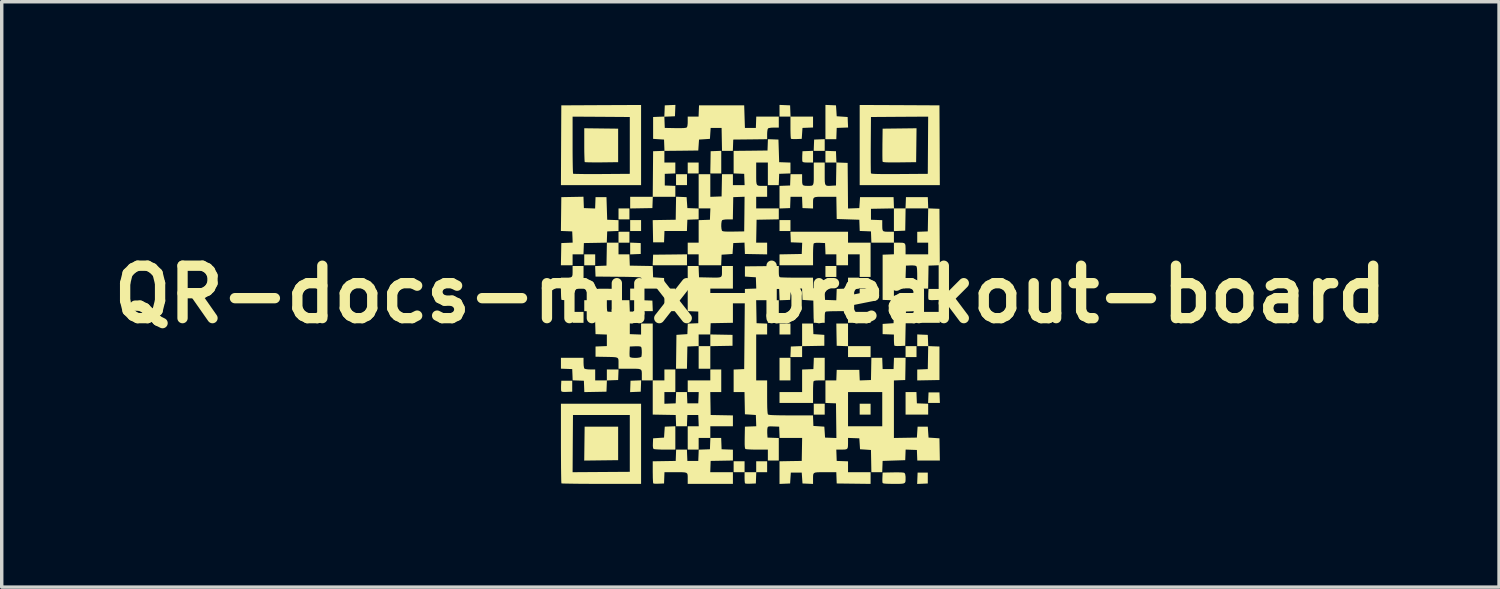
<source format=kicad_pcb>
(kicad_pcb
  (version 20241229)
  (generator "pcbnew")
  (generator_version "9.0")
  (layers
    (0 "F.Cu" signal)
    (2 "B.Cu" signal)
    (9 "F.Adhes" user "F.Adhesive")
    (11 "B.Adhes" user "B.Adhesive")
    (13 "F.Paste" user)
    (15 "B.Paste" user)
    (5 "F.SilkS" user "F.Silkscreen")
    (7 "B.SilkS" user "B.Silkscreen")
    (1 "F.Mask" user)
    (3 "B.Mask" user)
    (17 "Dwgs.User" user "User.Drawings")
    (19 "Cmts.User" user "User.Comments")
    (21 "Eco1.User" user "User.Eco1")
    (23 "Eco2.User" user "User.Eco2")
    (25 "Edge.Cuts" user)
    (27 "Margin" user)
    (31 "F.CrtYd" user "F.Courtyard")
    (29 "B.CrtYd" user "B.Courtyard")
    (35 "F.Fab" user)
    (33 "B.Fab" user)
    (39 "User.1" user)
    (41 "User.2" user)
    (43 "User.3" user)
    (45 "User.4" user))
  (footprint "QR-docs-mux-breakout-board"
    (layer "F.Cu")
    (at 18.767 5.51)
    (property "Reference" "QR-docs-mux-breakout-board" (at 0 0 0) (layer "F.SilkS") (effects (font (size 1.524 1.524) (thickness 0.3))))
    (attr board_only exclude_from_pos_files exclude_from_bom)
    (fp_poly (pts (xy -4.851 0.826) (xy -5.169 0.826) (xy -5.169 0.508) (xy -4.851 0.508)) (stroke (width 0) (type solid)) (fill yes) (layer "F.SilkS"))
    (fp_poly (pts (xy -4.512 -0.847) (xy -4.83 -0.847) (xy -4.83 -1.165) (xy -4.512 -1.165)) (stroke (width 0) (type solid)) (fill yes) (layer "F.SilkS"))
    (fp_poly (pts (xy -4.172 -1.504) (xy -4.175 -1.504) (xy -4.175 -1.505) (xy -4.172 -1.505)) (stroke (width 0) (type solid)) (fill yes) (layer "F.SilkS"))
    (fp_poly (pts (xy -3.517 -2.182) (xy -3.834 -2.182) (xy -3.834 -2.5) (xy -3.517 -2.5)) (stroke (width 0) (type solid)) (fill yes) (layer "F.SilkS"))
    (fp_poly (pts (xy -3.517 -1.504) (xy -3.834 -1.504) (xy -3.834 -1.822) (xy -3.517 -1.822)) (stroke (width 0) (type solid)) (fill yes) (layer "F.SilkS"))
    (fp_poly (pts (xy -3.178 -1.843) (xy -3.495 -1.843) (xy -3.495 -2.161) (xy -3.178 -2.161)) (stroke (width 0) (type solid)) (fill yes) (layer "F.SilkS"))
    (fp_poly (pts (xy -3.178 0.169) (xy -3.495 0.169) (xy -3.495 -0.169) (xy -3.178 -0.169)) (stroke (width 0) (type solid)) (fill yes) (layer "F.SilkS"))
    (fp_poly (pts (xy -1.843 -3.178) (xy -2.161 -3.178) (xy -2.161 -3.495) (xy -1.843 -3.495)) (stroke (width 0) (type solid)) (fill yes) (layer "F.SilkS"))
    (fp_poly (pts (xy -1.504 -3.517) (xy -1.822 -3.517) (xy -1.822 -3.834) (xy -1.504 -3.834)) (stroke (width 0) (type solid)) (fill yes) (layer "F.SilkS"))
    (fp_poly (pts (xy -0.169 5.169) (xy -0.487 5.169) (xy -0.487 4.851) (xy -0.169 4.851)) (stroke (width 0) (type solid)) (fill yes) (layer "F.SilkS"))
    (fp_poly (pts (xy 0.826 0.826) (xy 0.508 0.826) (xy 0.508 0.169) (xy 0.826 0.169)) (stroke (width 0) (type solid)) (fill yes) (layer "F.SilkS"))
    (fp_poly (pts (xy 1.165 -1.843) (xy 0.847 -1.843) (xy 0.847 -2.161) (xy 1.165 -2.161)) (stroke (width 0) (type solid)) (fill yes) (layer "F.SilkS"))
    (fp_poly (pts (xy 1.165 1.165) (xy 0.847 1.165) (xy 0.847 0.847) (xy 1.165 0.847)) (stroke (width 0) (type solid)) (fill yes) (layer "F.SilkS"))
    (fp_poly (pts (xy 1.165 2.5) (xy 0.847 2.5) (xy 0.847 1.843) (xy 1.165 1.843)) (stroke (width 0) (type solid)) (fill yes) (layer "F.SilkS"))
    (fp_poly (pts (xy 2.161 3.495) (xy 1.843 3.495) (xy 1.843 3.178) (xy 2.161 3.178)) (stroke (width 0) (type solid)) (fill yes) (layer "F.SilkS"))
    (fp_poly (pts (xy 2.5 -0.508) (xy 2.182 -0.508) (xy 2.182 -0.826) (xy 2.5 -0.826)) (stroke (width 0) (type solid)) (fill yes) (layer "F.SilkS"))
    (fp_poly (pts (xy 3.495 0.826) (xy 2.839 0.826) (xy 2.839 0.508) (xy 3.495 0.508)) (stroke (width 0) (type solid)) (fill yes) (layer "F.SilkS"))
    (fp_poly (pts (xy 3.495 3.495) (xy 3.178 3.495) (xy 3.178 3.178) (xy 3.495 3.178)) (stroke (width 0) (type solid)) (fill yes) (layer "F.SilkS"))
    (fp_poly (pts (xy 4.83 1.822) (xy 4.512 1.822) (xy 4.512 1.504) (xy 4.83 1.504)) (stroke (width 0) (type solid)) (fill yes) (layer "F.SilkS"))
    (fp_poly (pts (xy 5.508 0.826) (xy 4.851 0.826) (xy 4.851 0.508) (xy 5.508 0.508)) (stroke (width 0) (type solid)) (fill yes) (layer "F.SilkS"))
    (fp_poly (pts (xy 5.51 3.156) (xy 5.167 3.156) (xy 5.18 2.849) (xy 5.497 2.849)) (stroke (width 0) (type solid)) (fill yes) (layer "F.SilkS"))
    (fp_poly (pts (xy 5.158 5.497) (xy 5.004 5.504) (xy 4.849 5.51) (xy 4.862 5.18) (xy 5.158 5.18)) (stroke (width 0) (type solid)) (fill yes) (layer "F.SilkS"))
    (fp_poly (pts (xy -3.845 4.819) (xy -4.338 4.825) (xy -4.831 4.831) (xy -4.825 4.338) (xy -4.819 3.845) (xy -3.845 3.845)) (stroke (width 0) (type solid)) (fill yes) (layer "F.SilkS"))
    (fp_poly (pts (xy -3.342 -1.5) (xy -3.188 -1.493) (xy -3.188 -1.176) (xy -3.342 -1.17) (xy -3.495 -1.163) (xy -3.495 -1.506)) (stroke (width 0) (type solid)) (fill yes) (layer "F.SilkS"))
    (fp_poly (pts (xy -3.003 0.174) (xy -2.849 0.18) (xy -2.843 0.334) (xy -2.837 0.487) (xy -3.156 0.487) (xy -3.156 0.168)) (stroke (width 0) (type solid)) (fill yes) (layer "F.SilkS"))
    (fp_poly (pts (xy -1.843 -0.847) (xy -2.841 -0.847) (xy -2.834 -1.001) (xy -2.828 -1.155) (xy -2.336 -1.16) (xy -1.843 -1.166)) (stroke (width 0) (type solid)) (fill yes) (layer "F.SilkS"))
    (fp_poly (pts (xy -0.847 -3.517) (xy -1.166 -3.517) (xy -1.16 -3.84) (xy -1.155 -4.163) (xy -1.001 -4.169) (xy -0.847 -4.175)) (stroke (width 0) (type solid)) (fill yes) (layer "F.SilkS"))
    (fp_poly (pts (xy 2.161 -4.173) (xy 1.841 -4.173) (xy 1.847 -4.337) (xy 1.854 -4.502) (xy 2.007 -4.508) (xy 2.161 -4.514)) (stroke (width 0) (type solid)) (fill yes) (layer "F.SilkS"))
    (fp_poly (pts (xy -3.188 2.828) (xy -3.343 2.834) (xy -3.497 2.841) (xy -3.491 2.675) (xy -3.485 2.51) (xy -3.33 2.504) (xy -3.176 2.498)) (stroke (width 0) (type solid)) (fill yes) (layer "F.SilkS"))
    (fp_poly (pts (xy 4.834 3.003) (xy 4.841 3.167) (xy 5.005 3.173) (xy 5.169 3.179) (xy 5.169 3.495) (xy 4.512 3.495) (xy 4.512 2.839) (xy 4.828 2.839)) (stroke (width 0) (type solid)) (fill yes) (layer "F.SilkS"))
    (fp_poly (pts (xy 1.822 -3.834) (xy 1.673 -3.834) (xy 1.584 -3.837) (xy 1.532 -3.847) (xy 1.513 -3.863) (xy 1.508 -3.898) (xy 1.507 -3.961) (xy 1.508 -4.027) (xy 1.515 -4.163) (xy 1.822 -4.175)) (stroke (width 0) (type solid)) (fill yes) (layer "F.SilkS"))
    (fp_poly (pts (xy 2.839 1.504) (xy 3.495 1.504) (xy 3.495 1.822) (xy 2.839 1.822) (xy 2.839 1.506) (xy 2.675 1.5) (xy 2.51 1.493) (xy 2.504 1.17) (xy 2.499 0.847) (xy 2.839 0.847)) (stroke (width 0) (type solid)) (fill yes) (layer "F.SilkS"))
    (fp_poly (pts (xy -5.18 2.828) (xy -5.333 2.834) (xy -5.419 2.836) (xy -5.471 2.83) (xy -5.495 2.817) (xy -5.499 2.811) (xy -5.504 2.775) (xy -5.505 2.712) (xy -5.504 2.646) (xy -5.497 2.51) (xy -5.18 2.51)) (stroke (width 0) (type solid)) (fill yes) (layer "F.SilkS"))
    (fp_poly (pts (xy 5.497 0.159) (xy 5.343 0.165) (xy 5.257 0.166) (xy 5.206 0.161) (xy 5.181 0.148) (xy 5.178 0.142) (xy 5.173 0.106) (xy 5.172 0.043) (xy 5.173 -0.023) (xy 5.18 -0.159) (xy 5.497 -0.159)) (stroke (width 0) (type solid)) (fill yes) (layer "F.SilkS"))
    (fp_poly (pts (xy 2.489 -5.497) (xy 2.5 -5.338) (xy 2.51 -5.18) (xy 2.669 -5.169) (xy 2.828 -5.158) (xy 2.834 -5.006) (xy 2.841 -4.853) (xy 2.51 -4.841) (xy 2.504 -4.676) (xy 2.498 -4.512) (xy 2.182 -4.512) (xy 2.182 -5.51)) (stroke (width 0) (type solid)) (fill yes) (layer "F.SilkS"))
    (fp_poly (pts (xy 3.491 -0.005) (xy 3.485 0.159) (xy 3.346 0.165) (xy 3.273 0.166) (xy 3.217 0.163) (xy 3.193 0.156) (xy 3.185 0.129) (xy 3.18 0.071) (xy 3.178 -0.005) (xy 3.178 -0.014) (xy 3.178 -0.169) (xy 3.497 -0.169)) (stroke (width 0) (type solid)) (fill yes) (layer "F.SilkS"))
    (fp_poly (pts (xy 1.832 1.155) (xy 1.991 1.165) (xy 2.15 1.176) (xy 2.15 1.493) (xy 1.827 1.499) (xy 1.504 1.505) (xy 1.504 1.822) (xy 1.163 1.822) (xy 1.17 1.668) (xy 1.176 1.515) (xy 1.34 1.508) (xy 1.504 1.502) (xy 1.504 0.847) (xy 1.82 0.847)) (stroke (width 0) (type solid)) (fill yes) (layer "F.SilkS"))
    (fp_poly (pts (xy 5.005 1.17) (xy 5.158 1.176) (xy 5.165 1.339) (xy 5.171 1.502) (xy 5.334 1.509) (xy 5.497 1.515) (xy 5.497 2.489) (xy 4.851 2.501) (xy 4.851 2.184) (xy 5.005 2.178) (xy 5.158 2.171) (xy 5.17 1.504) (xy 4.851 1.504) (xy 4.851 1.163)) (stroke (width 0) (type solid)) (fill yes) (layer "F.SilkS"))
    (fp_poly (pts (xy -4.337 -4.825) (xy -3.845 -4.819) (xy -3.845 -3.845) (xy -4.323 -3.839) (xy -4.461 -3.838) (xy -4.585 -3.839) (xy -4.688 -3.84) (xy -4.765 -3.843) (xy -4.808 -3.846) (xy -4.816 -3.848) (xy -4.82 -3.873) (xy -4.823 -3.933) (xy -4.826 -4.024) (xy -4.829 -4.139) (xy -4.83 -4.271) (xy -4.83 -4.347) (xy -4.83 -4.831)) (stroke (width 0) (type solid)) (fill yes) (layer "F.SilkS"))
    (fp_poly (pts (xy -2.182 4.512) (xy -2.484 4.512) (xy -2.594 4.511) (xy -2.691 4.507) (xy -2.765 4.502) (xy -2.807 4.496) (xy -2.813 4.494) (xy -2.829 4.466) (xy -2.836 4.405) (xy -2.834 4.33) (xy -2.828 4.184) (xy -2.669 4.173) (xy -2.51 4.163) (xy -2.5 4.004) (xy -2.489 3.845) (xy -2.336 3.839) (xy -2.182 3.833)) (stroke (width 0) (type solid)) (fill yes) (layer "F.SilkS"))
    (fp_poly (pts (xy 0.487 5.169) (xy 0.171 5.169) (xy 0.165 5.333) (xy 0.159 5.497) (xy 0.01 5.503) (xy -0.066 5.505) (xy -0.125 5.502) (xy -0.154 5.495) (xy -0.155 5.495) (xy -0.162 5.468) (xy -0.167 5.41) (xy -0.169 5.334) (xy -0.169 5.324) (xy -0.169 5.169) (xy 0.169 5.169) (xy 0.169 4.851) (xy 0.487 4.851)) (stroke (width 0) (type solid)) (fill yes) (layer "F.SilkS"))
    (fp_poly (pts (xy -1.854 -2.828) (xy -1.843 -2.669) (xy -1.832 -2.51) (xy -1.668 -2.504) (xy -1.504 -2.498) (xy -1.504 -2.184) (xy -1.668 -2.178) (xy -1.832 -2.171) (xy -1.839 -2.007) (xy -1.845 -1.843) (xy -2.498 -1.843) (xy -2.504 -1.679) (xy -2.51 -1.515) (xy -2.828 -1.515) (xy -2.84 -2.16) (xy -2.171 -2.171) (xy -2.166 -2.506) (xy -2.16 -2.841)) (stroke (width 0) (type solid)) (fill yes) (layer "F.SilkS"))
    (fp_poly (pts (xy 4.825 -4.338) (xy 4.819 -3.845) (xy 4.337 -3.839) (xy 4.175 -3.838) (xy 4.05 -3.838) (xy 3.96 -3.84) (xy 3.898 -3.844) (xy 3.862 -3.85) (xy 3.845 -3.859) (xy 3.844 -3.861) (xy 3.841 -3.889) (xy 3.839 -3.954) (xy 3.838 -4.047) (xy 3.838 -4.164) (xy 3.839 -4.296) (xy 3.839 -4.354) (xy 3.845 -4.819) (xy 4.338 -4.825) (xy 4.831 -4.831)) (stroke (width 0) (type solid)) (fill yes) (layer "F.SilkS"))
    (fp_poly (pts (xy 2.161 2.5) (xy 2.004 2.5) (xy 1.919 2.502) (xy 1.867 2.509) (xy 1.841 2.523) (xy 1.835 2.533) (xy 1.83 2.566) (xy 1.826 2.632) (xy 1.823 2.723) (xy 1.822 2.83) (xy 1.822 2.862) (xy 1.822 3.156) (xy 0.847 3.156) (xy 0.847 2.839) (xy 1.504 2.839) (xy 1.504 2.184) (xy 1.832 2.171) (xy 1.839 2.007) (xy 1.845 1.843) (xy 2.161 1.843)) (stroke (width 0) (type solid)) (fill yes) (layer "F.SilkS"))
    (fp_poly (pts (xy 1.155 -5.497) (xy 1.161 -5.333) (xy 1.167 -5.169) (xy 1.822 -5.169) (xy 1.822 -4.853) (xy 1.668 -4.847) (xy 1.515 -4.841) (xy 1.504 -4.682) (xy 1.493 -4.523) (xy 1.344 -4.517) (xy 1.268 -4.516) (xy 1.21 -4.519) (xy 1.181 -4.525) (xy 1.18 -4.526) (xy 1.175 -4.551) (xy 1.17 -4.611) (xy 1.167 -4.698) (xy 1.165 -4.803) (xy 1.165 -4.855) (xy 1.165 -5.169) (xy 0.847 -5.169) (xy 0.847 -5.51)) (stroke (width 0) (type solid)) (fill yes) (layer "F.SilkS"))
    (fp_poly (pts (xy -4.851 -0.169) (xy -5.167 -0.169) (xy -5.173 -0.005) (xy -5.18 0.159) (xy -5.329 0.165) (xy -5.405 0.166) (xy -5.463 0.163) (xy -5.492 0.157) (xy -5.493 0.156) (xy -5.498 0.131) (xy -5.503 0.071) (xy -5.506 -0.016) (xy -5.508 -0.121) (xy -5.508 -0.173) (xy -5.508 -0.487) (xy -5.372 -0.487) (xy -5.278 -0.488) (xy -5.219 -0.497) (xy -5.186 -0.52) (xy -5.172 -0.564) (xy -5.169 -0.636) (xy -5.169 -0.67) (xy -5.169 -0.826) (xy -4.851 -0.826)) (stroke (width 0) (type solid)) (fill yes) (layer "F.SilkS"))
    (fp_poly (pts (xy 4.397 5.176) (xy 4.46 5.183) (xy 4.483 5.192) (xy 4.502 5.231) (xy 4.512 5.303) (xy 4.512 5.329) (xy 4.512 5.395) (xy 4.508 5.443) (xy 4.493 5.475) (xy 4.462 5.494) (xy 4.409 5.504) (xy 4.327 5.508) (xy 4.21 5.508) (xy 4.17 5.508) (xy 4.042 5.507) (xy 3.95 5.504) (xy 3.89 5.499) (xy 3.856 5.491) (xy 3.843 5.479) (xy 3.838 5.444) (xy 3.837 5.381) (xy 3.839 5.315) (xy 3.845 5.18) (xy 4.149 5.174) (xy 4.293 5.173)) (stroke (width 0) (type solid)) (fill yes) (layer "F.SilkS"))
    (fp_poly (pts (xy -4.851 1.987) (xy -4.847 2.069) (xy -4.837 2.13) (xy -4.826 2.157) (xy -4.791 2.17) (xy -4.725 2.179) (xy -4.656 2.182) (xy -4.512 2.182) (xy -4.512 2.5) (xy -4.173 2.5) (xy -4.173 2.182) (xy -3.833 2.182) (xy -3.845 2.489) (xy -4.008 2.495) (xy -4.172 2.502) (xy -4.178 2.665) (xy -4.184 2.828) (xy -4.828 2.84) (xy -4.834 2.675) (xy -4.841 2.51) (xy -5.004 2.504) (xy -5.167 2.498) (xy -5.173 2.335) (xy -5.18 2.171) (xy -5.344 2.165) (xy -5.508 2.159) (xy -5.508 1.843) (xy -4.851 1.843)) (stroke (width 0) (type solid)) (fill yes) (layer "F.SilkS"))
    (fp_poly (pts (xy -3.178 -3.178) (xy -5.508 -3.178) (xy -5.503 -4.337) (xy -5.499 -5.169) (xy -5.169 -5.169) (xy -5.169 -4.347) (xy -5.169 -4.164) (xy -5.168 -3.994) (xy -5.166 -3.843) (xy -5.164 -3.714) (xy -5.161 -3.613) (xy -5.158 -3.544) (xy -5.155 -3.511) (xy -5.155 -3.509) (xy -5.131 -3.506) (xy -5.07 -3.504) (xy -4.975 -3.502) (xy -4.852 -3.5) (xy -4.706 -3.5) (xy -4.541 -3.5) (xy -4.361 -3.5) (xy -4.323 -3.5) (xy -3.506 -3.506) (xy -3.506 -5.158) (xy -4.337 -5.164) (xy -5.169 -5.169) (xy -5.499 -5.169) (xy -5.497 -5.497) (xy -4.337 -5.503) (xy -3.178 -5.508)) (stroke (width 0) (type solid)) (fill yes) (layer "F.SilkS"))
    (fp_poly (pts (xy -3.178 5.508) (xy -4.329 5.508) (xy -4.546 5.508) (xy -4.75 5.507) (xy -4.937 5.506) (xy -5.104 5.504) (xy -5.246 5.502) (xy -5.36 5.5) (xy -5.441 5.498) (xy -5.486 5.495) (xy -5.494 5.494) (xy -5.496 5.471) (xy -5.499 5.409) (xy -5.501 5.313) (xy -5.503 5.186) (xy -5.503 5.169) (xy -5.169 5.169) (xy -3.506 5.158) (xy -3.506 3.506) (xy -5.158 3.506) (xy -5.164 4.338) (xy -5.169 5.169) (xy -5.503 5.169) (xy -5.505 5.032) (xy -5.506 4.856) (xy -5.507 4.66) (xy -5.508 4.45) (xy -5.508 4.329) (xy -5.508 3.178) (xy -3.178 3.178)) (stroke (width 0) (type solid)) (fill yes) (layer "F.SilkS"))
    (fp_poly (pts (xy -4.847 -2.675) (xy -4.841 -2.51) (xy -4.677 -2.504) (xy -4.514 -2.498) (xy -4.508 -2.663) (xy -4.502 -2.828) (xy -4.184 -2.828) (xy -4.163 -2.171) (xy -3.999 -2.165) (xy -3.834 -2.159) (xy -3.834 -1.845) (xy -3.999 -1.839) (xy -4.163 -1.832) (xy -4.169 -1.668) (xy -4.175 -1.505) (xy -4.506 -1.499) (xy -4.841 -1.493) (xy -4.847 -1.329) (xy -4.853 -1.165) (xy -5.169 -1.165) (xy -5.169 -0.847) (xy -5.509 -0.847) (xy -5.503 -1.17) (xy -5.497 -1.493) (xy -5.167 -1.506) (xy -5.173 -1.669) (xy -5.18 -1.832) (xy -5.509 -1.845) (xy -5.503 -2.336) (xy -5.497 -2.828) (xy -4.853 -2.84)) (stroke (width 0) (type solid)) (fill yes) (layer "F.SilkS"))
    (fp_poly (pts (xy 4.337 -5.503) (xy 5.497 -5.497) (xy 5.503 -4.337) (xy 5.508 -3.178) (xy 3.178 -3.178) (xy 3.178 -4.004) (xy 3.499 -4.004) (xy 3.499 -3.853) (xy 3.5 -3.725) (xy 3.501 -3.624) (xy 3.503 -3.555) (xy 3.505 -3.523) (xy 3.505 -3.522) (xy 3.516 -3.515) (xy 3.546 -3.509) (xy 3.597 -3.505) (xy 3.674 -3.502) (xy 3.779 -3.5) (xy 3.916 -3.499) (xy 4.089 -3.499) (xy 4.299 -3.5) (xy 4.337 -3.5) (xy 5.158 -3.506) (xy 5.169 -5.169) (xy 4.338 -5.164) (xy 3.506 -5.158) (xy 3.5 -4.353) (xy 3.499 -4.172) (xy 3.499 -4.004) (xy 3.178 -4.004) (xy 3.178 -5.508)) (stroke (width 0) (type solid)) (fill yes) (layer "F.SilkS"))
    (fp_poly (pts (xy 2.839 -1.504) (xy 3.495 -1.504) (xy 3.495 -0.508) (xy 3.178 -0.508) (xy 3.178 -1.165) (xy 2.839 -1.165) (xy 2.839 -0.847) (xy 2.5 -0.847) (xy 2.5 -1.165) (xy 2.184 -1.165) (xy 2.178 -1.329) (xy 2.171 -1.493) (xy 2.014 -1.5) (xy 1.921 -1.501) (xy 1.865 -1.493) (xy 1.84 -1.479) (xy 1.834 -1.448) (xy 1.828 -1.384) (xy 1.824 -1.295) (xy 1.822 -1.188) (xy 1.822 -1.149) (xy 1.822 -0.847) (xy 0.847 -0.847) (xy 0.847 -1.164) (xy 1.17 -1.17) (xy 1.493 -1.176) (xy 1.5 -1.339) (xy 1.506 -1.502) (xy 1.176 -1.515) (xy 1.17 -1.668) (xy 1.163 -1.822) (xy 2.839 -1.822)) (stroke (width 0) (type solid)) (fill yes) (layer "F.SilkS"))
    (fp_poly (pts (xy -3.834 -1.165) (xy -3.518 -1.165) (xy -3.512 -1.001) (xy -3.506 -0.837) (xy -3.173 -0.831) (xy -2.84 -0.825) (xy -2.834 -0.661) (xy -2.828 -0.498) (xy -2.669 -0.487) (xy -2.51 -0.477) (xy -2.498 -0.169) (xy -2.182 -0.169) (xy -2.182 0.487) (xy -2.5 0.487) (xy -2.5 -0.169) (xy -3.156 -0.169) (xy -3.157 -0.312) (xy -3.159 -0.389) (xy -3.166 -0.45) (xy -3.174 -0.482) (xy -3.19 -0.49) (xy -3.23 -0.496) (xy -3.296 -0.502) (xy -3.393 -0.506) (xy -3.523 -0.509) (xy -3.689 -0.512) (xy -3.846 -0.513) (xy -4.502 -0.519) (xy -4.514 -0.824) (xy -4.349 -0.831) (xy -4.184 -0.837) (xy -4.178 -1.171) (xy -4.172 -1.504) (xy -3.834 -1.504)) (stroke (width 0) (type solid)) (fill yes) (layer "F.SilkS"))
    (fp_poly (pts (xy -2.182 2.839) (xy -2.5 2.839) (xy -2.5 3.179) (xy -2.336 3.173) (xy -2.171 3.167) (xy -2.165 3.003) (xy -2.159 2.839) (xy -1.845 2.839) (xy -1.839 3.003) (xy -1.832 3.167) (xy -1.515 3.167) (xy -1.508 3.003) (xy -1.502 2.839) (xy -1.822 2.839) (xy -1.822 2.5) (xy -1.165 2.5) (xy -1.165 2.182) (xy -0.847 2.182) (xy -0.847 2.839) (xy -1.166 2.839) (xy -1.155 3.506) (xy -0.831 3.512) (xy -0.508 3.518) (xy -0.508 3.834) (xy -1.165 3.834) (xy -1.165 4.173) (xy -1.504 4.173) (xy -1.504 4.512) (xy -1.822 4.512) (xy -1.822 3.834) (xy -1.502 3.834) (xy -1.508 3.67) (xy -1.515 3.506) (xy -1.832 3.506) (xy -1.839 3.67) (xy -1.845 3.834) (xy -2.159 3.834) (xy -2.165 3.67) (xy -2.171 3.506) (xy -2.839 3.494) (xy -2.839 2.5) (xy -2.5 2.5) (xy -2.5 2.182) (xy -2.182 2.182)) (stroke (width 0) (type solid)) (fill yes) (layer "F.SilkS"))
    (fp_poly (pts (xy -0.843 4.337) (xy -0.837 4.502) (xy -0.673 4.508) (xy -0.508 4.514) (xy -0.508 4.829) (xy -1.155 4.841) (xy -1.161 5.005) (xy -1.167 5.169) (xy -0.508 5.169) (xy -0.508 5.508) (xy -1.822 5.508) (xy -1.822 5.372) (xy -1.822 5.297) (xy -1.825 5.243) (xy -1.838 5.207) (xy -1.867 5.185) (xy -1.918 5.174) (xy -1.996 5.169) (xy -2.107 5.169) (xy -2.173 5.169) (xy -2.498 5.169) (xy -2.504 5.333) (xy -2.51 5.497) (xy -2.66 5.503) (xy -2.736 5.505) (xy -2.794 5.502) (xy -2.823 5.495) (xy -2.824 5.495) (xy -2.829 5.469) (xy -2.833 5.409) (xy -2.837 5.323) (xy -2.838 5.217) (xy -2.839 5.166) (xy -2.839 4.852) (xy -2.171 4.841) (xy -2.165 4.676) (xy -2.159 4.512) (xy -1.845 4.512) (xy -1.839 4.676) (xy -1.832 4.841) (xy -1.515 4.841) (xy -1.508 4.676) (xy -1.502 4.514) (xy -1.34 4.508) (xy -1.176 4.502) (xy -1.17 4.337) (xy -1.163 4.173) (xy -0.849 4.173)) (stroke (width 0) (type solid)) (fill yes) (layer "F.SilkS"))
    (fp_poly (pts (xy -1.5 -0.662) (xy -1.493 -0.498) (xy -1.208 -0.492) (xy -1.072 -0.489) (xy -0.973 -0.489) (xy -0.905 -0.494) (xy -0.862 -0.507) (xy -0.838 -0.531) (xy -0.828 -0.568) (xy -0.826 -0.621) (xy -0.826 -0.668) (xy -0.826 -0.826) (xy -0.508 -0.826) (xy -0.508 -0.169) (xy -1.165 -0.169) (xy -1.165 0.169) (xy -0.508 0.169) (xy -0.508 0.825) (xy -0.831 0.831) (xy -1.155 0.837) (xy -1.167 1.164) (xy -0.519 1.176) (xy -0.519 1.493) (xy -1.165 1.505) (xy -1.165 2.161) (xy -1.504 2.161) (xy -1.504 1.504) (xy -1.165 1.504) (xy -1.165 1.165) (xy -1.504 1.165) (xy -1.504 1.502) (xy -1.668 1.508) (xy -1.832 1.515) (xy -1.838 1.838) (xy -1.844 2.161) (xy -2.162 2.161) (xy -2.156 1.668) (xy -2.15 1.176) (xy -1.991 1.165) (xy -1.832 1.155) (xy -1.826 1.002) (xy -1.82 0.849) (xy -1.667 0.843) (xy -1.515 0.837) (xy -1.515 0.498) (xy -1.668 0.492) (xy -1.822 0.485) (xy -1.822 -0.826) (xy -1.506 -0.826)) (stroke (width 0) (type solid)) (fill yes) (layer "F.SilkS"))
    (fp_poly (pts (xy -2.193 -5.18) (xy -2.347 -5.173) (xy -2.501 -5.167) (xy -2.489 -4.841) (xy -2.185 -4.835) (xy -2.041 -4.834) (xy -1.938 -4.837) (xy -1.874 -4.845) (xy -1.851 -4.853) (xy -1.832 -4.892) (xy -1.823 -4.969) (xy -1.822 -5.023) (xy -1.822 -5.169) (xy -1.506 -5.169) (xy -1.5 -5.333) (xy -1.493 -5.497) (xy -0.18 -5.497) (xy -0.159 -4.841) (xy 0.159 -4.841) (xy 0.165 -5.005) (xy 0.171 -5.169) (xy 0.826 -5.169) (xy 0.826 -4.851) (xy 0.682 -4.851) (xy 0.6 -4.847) (xy 0.539 -4.837) (xy 0.513 -4.826) (xy 0.499 -4.791) (xy 0.49 -4.725) (xy 0.487 -4.657) (xy 0.487 -4.513) (xy -0.005 -4.507) (xy -0.498 -4.502) (xy -0.504 -4.337) (xy -0.51 -4.173) (xy -0.825 -4.173) (xy -0.837 -4.841) (xy -1.155 -4.841) (xy -1.176 -4.523) (xy -1.335 -4.512) (xy -1.493 -4.502) (xy -1.504 -4.343) (xy -1.515 -4.184) (xy -2.007 -4.178) (xy -2.5 -4.173) (xy -2.5 -3.834) (xy -2.182 -3.834) (xy -2.182 -3.518) (xy -2.336 -3.512) (xy -2.489 -3.506) (xy -2.489 -3.167) (xy -2.336 -3.161) (xy -2.182 -3.155) (xy -2.182 -2.839) (xy -2.837 -2.839) (xy -2.843 -2.675) (xy -2.849 -2.51) (xy -3.495 -2.499) (xy -3.495 -2.839) (xy -2.839 -2.839) (xy -2.828 -4.163) (xy -2.663 -4.169) (xy -2.498 -4.175) (xy -2.504 -4.338) (xy -2.51 -4.502) (xy -2.669 -4.512) (xy -2.828 -4.523) (xy -2.828 -5.158) (xy -2.665 -5.165) (xy -2.502 -5.171) (xy -2.495 -5.334) (xy -2.489 -5.497) (xy -2.335 -5.504) (xy -2.18 -5.51)) (stroke (width 0) (type solid)) (fill yes) (layer "F.SilkS"))
    (fp_poly (pts (xy 0.816 -4.502) (xy 0.837 -3.845) (xy 1.001 -3.839) (xy 1.165 -3.833) (xy 1.165 -3.518) (xy 1.001 -3.512) (xy 0.837 -3.506) (xy 0.831 -3.342) (xy 0.824 -3.178) (xy 0.508 -3.178) (xy 0.508 -3.834) (xy 0.169 -3.834) (xy 0.169 -3.508) (xy 0.169 -3.379) (xy 0.171 -3.286) (xy 0.179 -3.223) (xy 0.195 -3.185) (xy 0.223 -3.165) (xy 0.266 -3.157) (xy 0.328 -3.156) (xy 0.362 -3.156) (xy 0.487 -3.156) (xy 0.487 -2.839) (xy 0.169 -2.839) (xy 0.169 -2.5) (xy 0.826 -2.5) (xy 0.826 -2.183) (xy 0.18 -2.171) (xy 0.168 -1.504) (xy 0.487 -1.504) (xy 0.487 -1.164) (xy -0.159 -1.176) (xy -0.165 -1.341) (xy -0.171 -1.506) (xy -0.498 -1.493) (xy -0.508 -1.335) (xy -0.519 -1.176) (xy -0.678 -1.165) (xy -0.837 -1.155) (xy -0.843 -1.001) (xy -0.849 -0.847) (xy -1.504 -0.847) (xy -1.504 -1.165) (xy -1.822 -1.165) (xy -1.822 -1.504) (xy -1.504 -1.504) (xy -1.504 -1.982) (xy -0.847 -1.982) (xy -0.841 -1.911) (xy -0.829 -1.86) (xy -0.821 -1.847) (xy -0.795 -1.836) (xy -0.74 -1.829) (xy -0.652 -1.826) (xy -0.527 -1.826) (xy -0.488 -1.827) (xy -0.18 -1.832) (xy -0.174 -2.336) (xy -0.169 -2.84) (xy -0.498 -2.828) (xy -0.504 -2.505) (xy -0.51 -2.182) (xy -0.653 -2.182) (xy -0.735 -2.178) (xy -0.796 -2.168) (xy -0.822 -2.157) (xy -0.837 -2.12) (xy -0.845 -2.056) (xy -0.847 -1.982) (xy -1.504 -1.982) (xy -1.504 -2.159) (xy -1.34 -2.165) (xy -1.176 -2.171) (xy -1.17 -2.336) (xy -1.163 -2.5) (xy -1.504 -2.5) (xy -1.504 -3.495) (xy -1.165 -3.495) (xy -1.165 -2.837) (xy -1.001 -2.843) (xy -0.837 -2.849) (xy -0.825 -3.495) (xy -0.508 -3.495) (xy -0.508 -3.178) (xy -0.168 -3.178) (xy -0.174 -3.342) (xy -0.18 -3.506) (xy -0.334 -3.512) (xy -0.487 -3.518) (xy -0.487 -4.173) (xy 0.005 -4.178) (xy 0.498 -4.184) (xy 0.504 -4.349) (xy 0.51 -4.514)) (stroke (width 0) (type solid)) (fill yes) (layer "F.SilkS"))
    (fp_poly (pts (xy -4.161 -0.165) (xy -3.845 -0.159) (xy -3.839 0.005) (xy -3.833 0.169) (xy -3.518 0.169) (xy -3.512 0.334) (xy -3.506 0.498) (xy -3.342 0.504) (xy -3.178 0.51) (xy -3.178 0.824) (xy -3.342 0.831) (xy -3.506 0.837) (xy -3.506 1.155) (xy -3.342 1.161) (xy -3.178 1.167) (xy -3.178 0.847) (xy -2.839 0.847) (xy -2.839 2.5) (xy -3.156 2.5) (xy -3.156 2.364) (xy -3.156 2.289) (xy -3.16 2.235) (xy -3.173 2.199) (xy -3.202 2.177) (xy -3.252 2.165) (xy -3.33 2.161) (xy -3.441 2.161) (xy -3.508 2.161) (xy -3.834 2.161) (xy -3.834 2.002) (xy -3.834 1.939) (xy -3.837 1.892) (xy -3.849 1.86) (xy -3.876 1.839) (xy -3.924 1.827) (xy -3.998 1.821) (xy -4.104 1.818) (xy -4.216 1.816) (xy -4.502 1.811) (xy -4.502 1.725) (xy -3.514 1.725) (xy -3.512 1.786) (xy -3.508 1.814) (xy -3.481 1.832) (xy -3.426 1.842) (xy -3.354 1.846) (xy -3.28 1.843) (xy -3.217 1.833) (xy -3.176 1.818) (xy -3.169 1.81) (xy -3.161 1.763) (xy -3.157 1.695) (xy -3.159 1.623) (xy -3.165 1.561) (xy -3.175 1.53) (xy -3.201 1.514) (xy -3.26 1.507) (xy -3.349 1.508) (xy -3.506 1.515) (xy -3.512 1.65) (xy -3.514 1.725) (xy -4.502 1.725) (xy -4.502 1.515) (xy -4.337 1.508) (xy -4.173 1.502) (xy -4.173 1.167) (xy -4.337 1.161) (xy -4.502 1.155) (xy -4.512 0.826) (xy -4.523 0.498) (xy -4.83 0.485) (xy -4.83 0.325) (xy -4.173 0.325) (xy -4.171 0.402) (xy -4.166 0.463) (xy -4.159 0.494) (xy -4.158 0.495) (xy -4.131 0.502) (xy -4.074 0.505) (xy -3.998 0.504) (xy -3.994 0.504) (xy -3.845 0.498) (xy -3.839 0.334) (xy -3.833 0.169) (xy -4.173 0.169) (xy -4.173 0.325) (xy -4.83 0.325) (xy -4.83 0.169) (xy -4.512 0.169) (xy -4.512 0.026) (xy -4.509 -0.05) (xy -4.503 -0.112) (xy -4.494 -0.144) (xy -4.476 -0.155) (xy -4.434 -0.162) (xy -4.364 -0.166) (xy -4.26 -0.166)) (stroke (width 0) (type solid)) (fill yes) (layer "F.SilkS"))
    (fp_poly (pts (xy 2.489 -4.163) (xy 2.495 -3.999) (xy 2.502 -3.836) (xy 2.665 -3.83) (xy 2.828 -3.824) (xy 2.834 -3.161) (xy 2.839 -2.498) (xy 3.003 -2.504) (xy 3.167 -2.51) (xy 3.178 -2.669) (xy 3.188 -2.828) (xy 4.163 -2.828) (xy 4.169 -2.664) (xy 4.175 -2.5) (xy 4.51 -2.5) (xy 4.517 -2.664) (xy 4.523 -2.828) (xy 5.158 -2.828) (xy 5.165 -2.665) (xy 5.171 -2.502) (xy 5.334 -2.495) (xy 5.497 -2.489) (xy 5.508 -0.849) (xy 5.344 -0.843) (xy 5.18 -0.837) (xy 5.168 -0.169) (xy 4.851 -0.169) (xy 4.851 -0.485) (xy 4.85 -0.614) (xy 4.847 -0.707) (xy 4.842 -0.77) (xy 4.833 -0.807) (xy 4.821 -0.825) (xy 4.781 -0.838) (xy 4.711 -0.844) (xy 4.657 -0.843) (xy 4.523 -0.837) (xy 4.502 -0.18) (xy 4.337 -0.174) (xy 4.173 -0.168) (xy 4.173 0.169) (xy 4.83 0.169) (xy 4.83 0.485) (xy 4.676 0.492) (xy 4.523 0.498) (xy 4.512 0.996) (xy 4.502 1.493) (xy 4.352 1.5) (xy 4.276 1.501) (xy 4.218 1.498) (xy 4.189 1.491) (xy 4.188 1.491) (xy 4.181 1.464) (xy 4.176 1.406) (xy 4.173 1.33) (xy 4.173 1.321) (xy 4.173 1.167) (xy 4.009 1.161) (xy 3.845 1.155) (xy 3.845 0.858) (xy 4.004 0.847) (xy 4.163 0.837) (xy 4.169 0.504) (xy 4.174 0.171) (xy 3.845 0.159) (xy 3.845 -1.155) (xy 4.009 -1.161) (xy 4.173 -1.167) (xy 4.173 -1.504) (xy 3.518 -1.504) (xy 3.512 -1.668) (xy 3.506 -1.832) (xy 3.343 -1.839) (xy 3.179 -1.845) (xy 3.167 -2.171) (xy 3.506 -2.171) (xy 3.67 -2.165) (xy 3.834 -2.159) (xy 3.834 -2.003) (xy 3.836 -1.92) (xy 3.845 -1.867) (xy 3.87 -1.837) (xy 3.92 -1.825) (xy 4 -1.822) (xy 4.037 -1.822) (xy 4.173 -1.822) (xy 4.173 -1.504) (xy 4.33 -1.504) (xy 4.414 -1.503) (xy 4.467 -1.493) (xy 4.497 -1.468) (xy 4.509 -1.419) (xy 4.512 -1.338) (xy 4.512 -1.301) (xy 4.512 -1.165) (xy 5.169 -1.165) (xy 5.169 -1.504) (xy 4.851 -1.504) (xy 4.851 -1.82) (xy 5.005 -1.826) (xy 5.158 -1.832) (xy 5.17 -2.5) (xy 4.513 -2.5) (xy 4.502 -1.854) (xy 4.337 -1.847) (xy 4.173 -1.841) (xy 4.173 -2.501) (xy 3.506 -2.489) (xy 3.506 -2.171) (xy 3.167 -2.171) (xy 2.51 -2.193) (xy 2.499 -2.839) (xy 2.173 -2.839) (xy 2.044 -2.839) (xy 1.951 -2.837) (xy 1.888 -2.829) (xy 1.85 -2.812) (xy 1.83 -2.783) (xy 1.823 -2.738) (xy 1.822 -2.673) (xy 1.822 -2.635) (xy 1.822 -2.498) (xy 1.515 -2.51) (xy 1.508 -2.675) (xy 1.502 -2.839) (xy 1.167 -2.839) (xy 1.161 -2.675) (xy 1.155 -2.51) (xy 0.847 -2.498) (xy 0.847 -3.155) (xy 1.155 -3.167) (xy 1.161 -3.331) (xy 1.167 -3.495) (xy 1.504 -3.495) (xy 1.504 -3.339) (xy 1.506 -3.251) (xy 1.516 -3.197) (xy 1.544 -3.169) (xy 1.595 -3.158) (xy 1.674 -3.156) (xy 1.736 -3.157) (xy 1.781 -3.161) (xy 1.811 -3.176) (xy 1.829 -3.207) (xy 1.839 -3.26) (xy 1.843 -3.341) (xy 1.843 -3.457) (xy 1.843 -3.508) (xy 1.843 -3.834) (xy 2.161 -3.834) (xy 2.161 -3.506) (xy 2.161 -3.376) (xy 2.163 -3.281) (xy 2.172 -3.218) (xy 2.189 -3.18) (xy 2.22 -3.161) (xy 2.267 -3.155) (xy 2.335 -3.158) (xy 2.374 -3.161) (xy 2.489 -3.167) (xy 2.501 -3.834) (xy 2.182 -3.834) (xy 2.182 -4.175)) (stroke (width 0) (type solid)) (fill yes) (layer "F.SilkS"))
    (fp_poly (pts (xy 0.826 -0.67) (xy 0.828 -0.584) (xy 0.835 -0.533) (xy 0.849 -0.507) (xy 0.86 -0.5) (xy 0.89 -0.496) (xy 0.956 -0.493) (xy 1.051 -0.49) (xy 1.169 -0.488) (xy 1.302 -0.487) (xy 1.357 -0.487) (xy 1.82 -0.487) (xy 1.826 -0.334) (xy 1.832 -0.18) (xy 1.991 -0.169) (xy 2.15 -0.159) (xy 2.161 0) (xy 2.171 0.159) (xy 2.335 0.165) (xy 2.498 0.171) (xy 2.504 0.006) (xy 2.51 -0.159) (xy 2.675 -0.165) (xy 2.839 -0.171) (xy 2.839 -0.487) (xy 3.156 -0.487) (xy 3.156 -0.169) (xy 2.839 -0.169) (xy 2.839 0.487) (xy 2.533 0.487) (xy 2.421 0.488) (xy 2.323 0.49) (xy 2.247 0.494) (xy 2.201 0.498) (xy 2.194 0.5) (xy 2.176 0.516) (xy 2.166 0.554) (xy 2.161 0.62) (xy 2.161 0.67) (xy 2.161 0.826) (xy 1.844 0.826) (xy 1.832 0.18) (xy 1.515 0.159) (xy 1.502 -0.171) (xy 1.339 -0.165) (xy 1.176 -0.159) (xy 1.165 0) (xy 1.155 0.159) (xy 1.002 0.165) (xy 0.849 0.171) (xy 0.843 0.006) (xy 0.837 -0.159) (xy 0.68 -0.165) (xy 0.587 -0.166) (xy 0.53 -0.159) (xy 0.505 -0.144) (xy 0.496 -0.11) (xy 0.49 -0.047) (xy 0.488 0.026) (xy 0.487 0.169) (xy 0.168 0.169) (xy 0.18 0.837) (xy 0.334 0.843) (xy 0.487 0.849) (xy 0.487 1.165) (xy 0.169 1.165) (xy 0.169 2.5) (xy 0.487 2.5) (xy 0.487 2.983) (xy 0.488 3.156) (xy 0.49 3.289) (xy 0.495 3.387) (xy 0.501 3.451) (xy 0.509 3.485) (xy 0.513 3.491) (xy 0.533 3.499) (xy 0.58 3.505) (xy 0.656 3.51) (xy 0.763 3.513) (xy 0.906 3.516) (xy 1.087 3.517) (xy 1.179 3.517) (xy 1.82 3.517) (xy 1.826 3.67) (xy 1.832 3.824) (xy 1.991 3.834) (xy 2.15 3.845) (xy 2.161 4.004) (xy 2.171 4.163) (xy 2.501 4.175) (xy 2.497 3.834) (xy 2.839 3.834) (xy 3.834 3.834) (xy 3.834 2.839) (xy 2.839 2.839) (xy 2.839 3.834) (xy 2.497 3.834) (xy 2.495 3.671) (xy 2.489 3.167) (xy 2.336 3.161) (xy 2.182 3.155) (xy 2.182 2.5) (xy 2.498 2.5) (xy 2.504 2.346) (xy 2.51 2.193) (xy 3.167 2.193) (xy 3.173 2.347) (xy 3.18 2.501) (xy 3.343 2.495) (xy 3.506 2.489) (xy 3.512 2.166) (xy 3.518 1.843) (xy 3.833 1.843) (xy 3.839 2.007) (xy 3.845 2.171) (xy 4.163 2.171) (xy 4.169 2.007) (xy 4.175 1.843) (xy 4.513 1.843) (xy 4.508 2.166) (xy 4.502 2.489) (xy 4.337 2.495) (xy 4.173 2.502) (xy 4.173 4.174) (xy 4.841 4.163) (xy 4.851 4.004) (xy 4.862 3.845) (xy 5.158 3.845) (xy 5.169 4.004) (xy 5.18 4.163) (xy 5.338 4.173) (xy 5.497 4.184) (xy 5.509 4.83) (xy 4.853 4.83) (xy 4.847 4.676) (xy 4.841 4.523) (xy 4.514 4.511) (xy 4.508 4.665) (xy 4.502 4.819) (xy 3.845 4.841) (xy 3.839 5.005) (xy 3.833 5.169) (xy 3.518 5.169) (xy 3.512 4.846) (xy 3.506 4.523) (xy 3.347 4.512) (xy 3.188 4.502) (xy 3.178 4.343) (xy 3.167 4.184) (xy 3.003 4.178) (xy 2.839 4.172) (xy 2.839 4.329) (xy 2.837 4.413) (xy 2.828 4.467) (xy 2.803 4.496) (xy 2.754 4.509) (xy 2.674 4.512) (xy 2.635 4.512) (xy 2.498 4.512) (xy 2.504 4.676) (xy 2.51 4.841) (xy 2.675 4.847) (xy 2.839 4.853) (xy 2.839 5.169) (xy 3.495 5.169) (xy 3.495 5.509) (xy 3.003 5.503) (xy 2.51 5.497) (xy 2.504 5.333) (xy 2.498 5.169) (xy 2.173 5.169) (xy 2.043 5.169) (xy 1.95 5.171) (xy 1.888 5.179) (xy 1.85 5.195) (xy 1.83 5.225) (xy 1.823 5.27) (xy 1.822 5.335) (xy 1.822 5.373) (xy 1.822 5.51) (xy 1.515 5.497) (xy 1.504 5.338) (xy 1.493 5.18) (xy 1.176 5.18) (xy 1.165 5.338) (xy 1.155 5.497) (xy 0.847 5.51) (xy 0.847 4.852) (xy 1.17 4.846) (xy 1.493 4.841) (xy 1.505 4.173) (xy 0.849 4.173) (xy 0.843 4.009) (xy 0.837 3.845) (xy 0.673 3.839) (xy 0.591 3.836) (xy 0.541 3.839) (xy 0.514 3.848) (xy 0.502 3.866) (xy 0.497 3.882) (xy 0.491 3.932) (xy 0.49 4.003) (xy 0.491 4.047) (xy 0.498 4.163) (xy 0.662 4.169) (xy 0.826 4.175) (xy 0.826 4.83) (xy 0.508 4.83) (xy 0.508 4.512) (xy 0.196 4.512) (xy 0.084 4.511) (xy -0.015 4.508) (xy -0.091 4.503) (xy -0.136 4.497) (xy -0.144 4.494) (xy -0.155 4.476) (xy -0.162 4.434) (xy -0.166 4.364) (xy -0.166 4.26) (xy -0.165 4.161) (xy -0.159 3.845) (xy 0.006 3.839) (xy 0.171 3.833) (xy 0.165 3.669) (xy 0.159 3.506) (xy 0 3.495) (xy -0.159 3.485) (xy -0.165 3.162) (xy -0.171 2.839) (xy -0.487 2.839) (xy -0.487 2.184) (xy -0.334 2.178) (xy -0.18 2.171) (xy -0.159 -0.159) (xy 0.006 -0.165) (xy 0.171 -0.171) (xy 0.159 -0.498) (xy 0 -0.508) (xy -0.159 -0.519) (xy -0.159 -0.816) (xy 0.334 -0.821) (xy 0.826 -0.827)) (stroke (width 0) (type solid)) (fill yes) (layer "F.SilkS")))
  (gr_rect
    (start -3 -3)
    (end 40.534 14.02)
    (stroke (width 0.1) (type default))
    (fill no)
    (layer "Edge.Cuts")))
</source>
